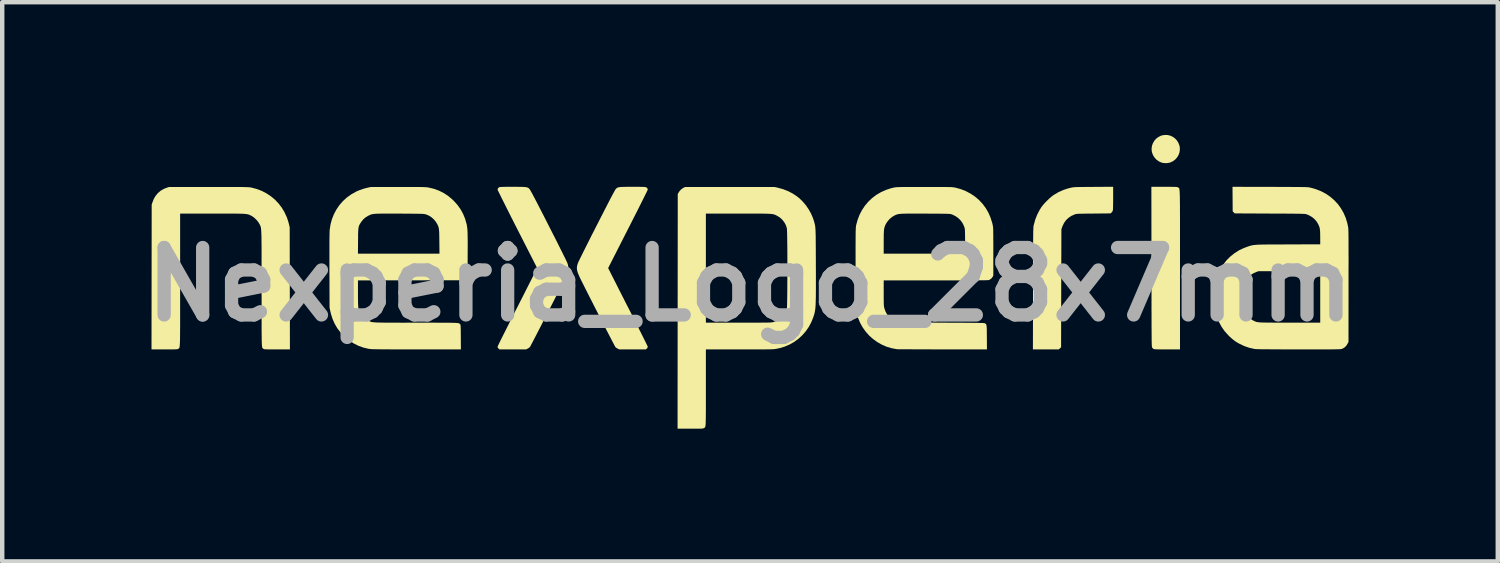
<source format=kicad_pcb>
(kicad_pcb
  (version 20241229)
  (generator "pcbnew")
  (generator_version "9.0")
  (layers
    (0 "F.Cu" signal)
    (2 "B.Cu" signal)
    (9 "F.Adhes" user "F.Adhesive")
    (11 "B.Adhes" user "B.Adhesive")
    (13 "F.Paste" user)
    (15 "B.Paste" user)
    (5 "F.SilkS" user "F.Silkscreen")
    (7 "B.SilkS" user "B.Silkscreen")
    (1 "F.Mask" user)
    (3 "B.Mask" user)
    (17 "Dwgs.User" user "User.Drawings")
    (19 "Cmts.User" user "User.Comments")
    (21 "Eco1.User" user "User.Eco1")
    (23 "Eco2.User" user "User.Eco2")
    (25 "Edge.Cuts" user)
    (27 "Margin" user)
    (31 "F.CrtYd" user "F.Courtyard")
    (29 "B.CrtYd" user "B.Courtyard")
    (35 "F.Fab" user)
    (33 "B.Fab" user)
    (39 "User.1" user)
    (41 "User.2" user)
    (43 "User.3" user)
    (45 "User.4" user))
  (footprint "Nexperia_Logo_28x7mm"
    (layer "F.Cu")
    (at 13.905 3.38)
    (property "Reference" "Nexperia_Logo_28x7mm" (at 0 0 0) (layer "F.Fab") (effects (font (size 1.524 1.524) (thickness 0.3))))
    (attr exclude_from_pos_files exclude_from_bom allow_missing_courtyard)
    (fp_poly (pts (xy 9.444 -3.377) (xy 9.504 -3.362) (xy 9.56 -3.335) (xy 9.609 -3.299) (xy 9.651 -3.254) (xy 9.684 -3.2) (xy 9.707 -3.14) (xy 9.714 -3.109) (xy 9.717 -3.045) (xy 9.708 -2.984) (xy 9.687 -2.925) (xy 9.655 -2.872) (xy 9.614 -2.826) (xy 9.564 -2.787) (xy 9.506 -2.76) (xy 9.479 -2.751) (xy 9.433 -2.743) (xy 9.382 -2.742) (xy 9.333 -2.747) (xy 9.304 -2.755) (xy 9.243 -2.781) (xy 9.19 -2.819) (xy 9.146 -2.866) (xy 9.111 -2.921) (xy 9.088 -2.983) (xy 9.081 -3.015) (xy 9.078 -3.077) (xy 9.088 -3.138) (xy 9.109 -3.196) (xy 9.141 -3.249) (xy 9.182 -3.296) (xy 9.232 -3.333) (xy 9.288 -3.361) (xy 9.316 -3.37) (xy 9.381 -3.38)) (stroke (width 0) (type solid)) (fill yes) (layer "F.SilkS"))
    (fp_poly (pts (xy 9.434 -2.207) (xy 9.493 -2.207) (xy 9.54 -2.206) (xy 9.578 -2.206) (xy 9.607 -2.205) (xy 9.628 -2.204) (xy 9.644 -2.203) (xy 9.656 -2.201) (xy 9.664 -2.198) (xy 9.671 -2.195) (xy 9.675 -2.193) (xy 9.679 -2.19) (xy 9.684 -2.189) (xy 9.688 -2.187) (xy 9.691 -2.185) (xy 9.695 -2.183) (xy 9.698 -2.179) (xy 9.701 -2.174) (xy 9.704 -2.166) (xy 9.706 -2.156) (xy 9.708 -2.142) (xy 9.71 -2.124) (xy 9.712 -2.103) (xy 9.713 -2.076) (xy 9.715 -2.044) (xy 9.716 -2.007) (xy 9.717 -1.963) (xy 9.717 -1.912) (xy 9.718 -1.854) (xy 9.719 -1.788) (xy 9.719 -1.714) (xy 9.719 -1.631) (xy 9.72 -1.539) (xy 9.72 -1.436) (xy 9.72 -1.324) (xy 9.72 -1.201) (xy 9.72 -1.066) (xy 9.72 -0.919) (xy 9.72 -0.76) (xy 9.72 -0.589) (xy 9.72 -0.404) (xy 9.72 -0.331) (xy 9.72 1.469) (xy 9.43 1.469) (xy 9.357 1.468) (xy 9.296 1.468) (xy 9.247 1.468) (xy 9.208 1.467) (xy 9.178 1.466) (xy 9.155 1.465) (xy 9.139 1.463) (xy 9.128 1.461) (xy 9.121 1.458) (xy 9.121 1.458) (xy 9.104 1.444) (xy 9.09 1.426) (xy 9.089 1.425) (xy 9.088 1.422) (xy 9.087 1.418) (xy 9.086 1.412) (xy 9.085 1.404) (xy 9.084 1.394) (xy 9.083 1.38) (xy 9.082 1.362) (xy 9.081 1.34) (xy 9.081 1.314) (xy 9.08 1.282) (xy 9.079 1.244) (xy 9.079 1.2) (xy 9.079 1.15) (xy 9.078 1.092) (xy 9.078 1.026) (xy 9.077 0.952) (xy 9.077 0.869) (xy 9.077 0.777) (xy 9.077 0.675) (xy 9.076 0.562) (xy 9.076 0.439) (xy 9.076 0.304) (xy 9.076 0.157) (xy 9.076 -0.002) (xy 9.075 -0.174) (xy 9.075 -0.359) (xy 9.075 -0.402) (xy 9.073 -2.207) (xy 9.362 -2.207)) (stroke (width 0) (type solid)) (fill yes) (layer "F.SilkS"))
    (fp_poly (pts (xy 8.209 -1.952) (xy 8.209 -1.889) (xy 8.208 -1.831) (xy 8.207 -1.779) (xy 8.206 -1.736) (xy 8.205 -1.702) (xy 8.203 -1.68) (xy 8.202 -1.672) (xy 8.192 -1.651) (xy 8.177 -1.63) (xy 8.173 -1.627) (xy 8.152 -1.606) (xy 7.767 -1.602) (xy 7.684 -1.602) (xy 7.614 -1.601) (xy 7.555 -1.6) (xy 7.506 -1.599) (xy 7.467 -1.599) (xy 7.436 -1.598) (xy 7.411 -1.596) (xy 7.392 -1.595) (xy 7.377 -1.593) (xy 7.364 -1.591) (xy 7.354 -1.588) (xy 7.344 -1.585) (xy 7.337 -1.582) (xy 7.263 -1.549) (xy 7.198 -1.505) (xy 7.142 -1.451) (xy 7.097 -1.387) (xy 7.062 -1.313) (xy 7.058 -1.302) (xy 7.039 -1.248) (xy 7.035 0.087) (xy 7.032 1.421) (xy 7.005 1.445) (xy 6.979 1.469) (xy 6.395 1.469) (xy 6.398 0.093) (xy 6.398 -0.07) (xy 6.398 -0.22) (xy 6.398 -0.357) (xy 6.398 -0.482) (xy 6.399 -0.595) (xy 6.399 -0.698) (xy 6.399 -0.789) (xy 6.4 -0.871) (xy 6.4 -0.944) (xy 6.4 -1.008) (xy 6.401 -1.065) (xy 6.401 -1.113) (xy 6.402 -1.156) (xy 6.402 -1.191) (xy 6.403 -1.222) (xy 6.404 -1.247) (xy 6.405 -1.268) (xy 6.406 -1.285) (xy 6.407 -1.3) (xy 6.408 -1.311) (xy 6.409 -1.321) (xy 6.411 -1.329) (xy 6.412 -1.337) (xy 6.414 -1.345) (xy 6.415 -1.346) (xy 6.449 -1.469) (xy 6.494 -1.582) (xy 6.548 -1.686) (xy 6.589 -1.751) (xy 6.621 -1.792) (xy 6.661 -1.838) (xy 6.707 -1.886) (xy 6.755 -1.932) (xy 6.802 -1.975) (xy 6.847 -2.01) (xy 6.866 -2.023) (xy 6.972 -2.086) (xy 7.084 -2.136) (xy 7.202 -2.174) (xy 7.257 -2.187) (xy 7.272 -2.19) (xy 7.286 -2.193) (xy 7.302 -2.195) (xy 7.32 -2.197) (xy 7.34 -2.199) (xy 7.366 -2.2) (xy 7.397 -2.201) (xy 7.435 -2.202) (xy 7.481 -2.203) (xy 7.537 -2.203) (xy 7.603 -2.204) (xy 7.68 -2.204) (xy 7.768 -2.205) (xy 8.209 -2.208)) (stroke (width 0) (type solid)) (fill yes) (layer "F.SilkS"))
    (fp_poly (pts (xy -5.29 -2.207) (xy -5.225 -2.206) (xy -5.172 -2.206) (xy -5.129 -2.204) (xy -5.094 -2.202) (xy -5.066 -2.199) (xy -5.045 -2.195) (xy -5.028 -2.19) (xy -5.014 -2.183) (xy -5.003 -2.175) (xy -4.992 -2.164) (xy -4.986 -2.159) (xy -4.981 -2.152) (xy -4.972 -2.137) (xy -4.959 -2.116) (xy -4.943 -2.086) (xy -4.922 -2.049) (xy -4.898 -2.003) (xy -4.868 -1.947) (xy -4.835 -1.883) (xy -4.796 -1.808) (xy -4.752 -1.722) (xy -4.702 -1.626) (xy -4.647 -1.518) (xy -4.586 -1.399) (xy -4.554 -1.335) (xy -4.503 -1.235) (xy -4.454 -1.138) (xy -4.406 -1.045) (xy -4.361 -0.955) (xy -4.319 -0.871) (xy -4.28 -0.793) (xy -4.244 -0.722) (xy -4.213 -0.658) (xy -4.185 -0.603) (xy -4.163 -0.557) (xy -4.146 -0.521) (xy -4.134 -0.496) (xy -4.129 -0.483) (xy -4.129 -0.483) (xy -4.117 -0.444) (xy -4.109 -0.408) (xy -4.105 -0.374) (xy -4.107 -0.34) (xy -4.114 -0.303) (xy -4.127 -0.262) (xy -4.145 -0.215) (xy -4.17 -0.16) (xy -4.202 -0.095) (xy -4.203 -0.092) (xy -4.227 -0.045) (xy -4.255 0.011) (xy -4.286 0.074) (xy -4.321 0.143) (xy -4.359 0.218) (xy -4.399 0.297) (xy -4.441 0.379) (xy -4.484 0.464) (xy -4.529 0.551) (xy -4.573 0.638) (xy -4.618 0.725) (xy -4.662 0.811) (xy -4.705 0.895) (xy -4.746 0.975) (xy -4.786 1.052) (xy -4.823 1.124) (xy -4.857 1.19) (xy -4.888 1.249) (xy -4.914 1.3) (xy -4.937 1.343) (xy -4.955 1.377) (xy -4.967 1.399) (xy -4.973 1.411) (xy -4.974 1.412) (xy -4.991 1.428) (xy -5.015 1.445) (xy -5.028 1.452) (xy -5.064 1.469) (xy -5.666 1.469) (xy -5.687 1.447) (xy -5.701 1.431) (xy -5.706 1.416) (xy -5.705 1.403) (xy -5.701 1.394) (xy -5.692 1.373) (xy -5.676 1.341) (xy -5.656 1.299) (xy -5.631 1.248) (xy -5.601 1.188) (xy -5.567 1.12) (xy -5.529 1.045) (xy -5.488 0.963) (xy -5.444 0.876) (xy -5.398 0.784) (xy -5.349 0.689) (xy -5.299 0.589) (xy -5.294 0.579) (xy -5.242 0.479) (xy -5.192 0.38) (xy -5.144 0.286) (xy -5.098 0.195) (xy -5.055 0.109) (xy -5.014 0.029) (xy -4.977 -0.044) (xy -4.944 -0.109) (xy -4.914 -0.167) (xy -4.89 -0.215) (xy -4.871 -0.253) (xy -4.857 -0.28) (xy -4.849 -0.296) (xy -4.849 -0.296) (xy -4.812 -0.37) (xy -5.26 -1.249) (xy -5.313 -1.353) (xy -5.364 -1.454) (xy -5.413 -1.55) (xy -5.459 -1.642) (xy -5.503 -1.729) (xy -5.543 -1.809) (xy -5.58 -1.883) (xy -5.613 -1.949) (xy -5.641 -2.006) (xy -5.665 -2.055) (xy -5.684 -2.093) (xy -5.698 -2.121) (xy -5.705 -2.138) (xy -5.707 -2.143) (xy -5.7 -2.17) (xy -5.681 -2.191) (xy -5.672 -2.196) (xy -5.665 -2.199) (xy -5.654 -2.201) (xy -5.639 -2.203) (xy -5.617 -2.204) (xy -5.588 -2.205) (xy -5.55 -2.206) (xy -5.502 -2.207) (xy -5.443 -2.207) (xy -5.371 -2.207) (xy -5.368 -2.207)) (stroke (width 0) (type solid)) (fill yes) (layer "F.SilkS"))
    (fp_poly (pts (xy -2.579 -2.207) (xy -2.519 -2.207) (xy -2.471 -2.206) (xy -2.433 -2.205) (xy -2.403 -2.204) (xy -2.381 -2.203) (xy -2.366 -2.201) (xy -2.355 -2.199) (xy -2.348 -2.196) (xy -2.347 -2.196) (xy -2.324 -2.178) (xy -2.313 -2.153) (xy -2.312 -2.143) (xy -2.315 -2.135) (xy -2.325 -2.115) (xy -2.339 -2.084) (xy -2.36 -2.043) (xy -2.385 -1.992) (xy -2.414 -1.932) (xy -2.448 -1.865) (xy -2.486 -1.789) (xy -2.527 -1.707) (xy -2.572 -1.619) (xy -2.619 -1.526) (xy -2.669 -1.428) (xy -2.72 -1.326) (xy -2.76 -1.249) (xy -3.207 -0.37) (xy -3.166 -0.289) (xy -3.158 -0.272) (xy -3.144 -0.244) (xy -3.124 -0.205) (xy -3.099 -0.156) (xy -3.07 -0.098) (xy -3.036 -0.032) (xy -2.999 0.042) (xy -2.958 0.123) (xy -2.914 0.209) (xy -2.868 0.3) (xy -2.82 0.395) (xy -2.77 0.493) (xy -2.722 0.586) (xy -2.672 0.685) (xy -2.623 0.781) (xy -2.577 0.873) (xy -2.533 0.96) (xy -2.492 1.042) (xy -2.454 1.117) (xy -2.42 1.185) (xy -2.39 1.246) (xy -2.364 1.297) (xy -2.344 1.34) (xy -2.328 1.372) (xy -2.318 1.393) (xy -2.314 1.403) (xy -2.314 1.403) (xy -2.314 1.42) (xy -2.321 1.435) (xy -2.332 1.447) (xy -2.353 1.469) (xy -2.654 1.469) (xy -2.955 1.469) (xy -2.991 1.452) (xy -3.015 1.438) (xy -3.037 1.421) (xy -3.045 1.412) (xy -3.051 1.403) (xy -3.062 1.382) (xy -3.078 1.351) (xy -3.1 1.31) (xy -3.126 1.26) (xy -3.156 1.202) (xy -3.189 1.138) (xy -3.226 1.067) (xy -3.265 0.991) (xy -3.306 0.911) (xy -3.348 0.828) (xy -3.392 0.743) (xy -3.437 0.656) (xy -3.481 0.569) (xy -3.526 0.482) (xy -3.569 0.396) (xy -3.612 0.313) (xy -3.652 0.234) (xy -3.69 0.158) (xy -3.726 0.088) (xy -3.758 0.023) (xy -3.787 -0.034) (xy -3.812 -0.084) (xy -3.816 -0.092) (xy -3.848 -0.158) (xy -3.873 -0.214) (xy -3.892 -0.261) (xy -3.905 -0.302) (xy -3.912 -0.339) (xy -3.914 -0.373) (xy -3.911 -0.407) (xy -3.903 -0.443) (xy -3.891 -0.481) (xy -3.891 -0.483) (xy -3.885 -0.496) (xy -3.874 -0.521) (xy -3.857 -0.556) (xy -3.834 -0.602) (xy -3.807 -0.657) (xy -3.776 -0.72) (xy -3.74 -0.792) (xy -3.701 -0.869) (xy -3.659 -0.953) (xy -3.614 -1.043) (xy -3.567 -1.136) (xy -3.517 -1.233) (xy -3.467 -1.333) (xy -3.465 -1.335) (xy -3.401 -1.461) (xy -3.343 -1.574) (xy -3.291 -1.676) (xy -3.244 -1.767) (xy -3.203 -1.847) (xy -3.167 -1.917) (xy -3.135 -1.977) (xy -3.109 -2.027) (xy -3.086 -2.069) (xy -3.068 -2.102) (xy -3.053 -2.128) (xy -3.043 -2.146) (xy -3.035 -2.156) (xy -3.033 -2.159) (xy -3.021 -2.17) (xy -3.01 -2.18) (xy -2.997 -2.187) (xy -2.982 -2.193) (xy -2.963 -2.198) (xy -2.938 -2.201) (xy -2.907 -2.204) (xy -2.867 -2.205) (xy -2.818 -2.206) (xy -2.759 -2.207) (xy -2.687 -2.207) (xy -2.652 -2.207)) (stroke (width 0) (type solid)) (fill yes) (layer "F.SilkS"))
    (fp_poly (pts (xy -12.105 -2.203) (xy -11.987 -2.203) (xy -11.882 -2.203) (xy -11.788 -2.203) (xy -11.705 -2.203) (xy -11.633 -2.203) (xy -11.57 -2.202) (xy -11.515 -2.202) (xy -11.469 -2.202) (xy -11.429 -2.201) (xy -11.397 -2.2) (xy -11.369 -2.199) (xy -11.347 -2.198) (xy -11.328 -2.197) (xy -11.313 -2.196) (xy -11.3 -2.194) (xy -11.289 -2.193) (xy -11.279 -2.191) (xy -11.277 -2.191) (xy -11.156 -2.159) (xy -11.041 -2.116) (xy -10.933 -2.06) (xy -10.833 -1.994) (xy -10.741 -1.918) (xy -10.659 -1.832) (xy -10.586 -1.737) (xy -10.524 -1.633) (xy -10.473 -1.522) (xy -10.459 -1.483) (xy -10.444 -1.439) (xy -10.431 -1.394) (xy -10.425 -1.371) (xy -10.406 -1.29) (xy -10.404 0.09) (xy -10.401 1.469) (xy -10.692 1.469) (xy -10.764 1.469) (xy -10.823 1.469) (xy -10.87 1.469) (xy -10.908 1.468) (xy -10.937 1.467) (xy -10.958 1.466) (xy -10.974 1.465) (xy -10.984 1.463) (xy -10.992 1.46) (xy -10.998 1.457) (xy -11.002 1.454) (xy -11.007 1.451) (xy -11.011 1.448) (xy -11.015 1.445) (xy -11.019 1.442) (xy -11.022 1.437) (xy -11.025 1.431) (xy -11.028 1.422) (xy -11.03 1.411) (xy -11.032 1.395) (xy -11.034 1.376) (xy -11.035 1.352) (xy -11.037 1.322) (xy -11.038 1.287) (xy -11.039 1.244) (xy -11.039 1.195) (xy -11.04 1.138) (xy -11.041 1.073) (xy -11.041 0.998) (xy -11.041 0.914) (xy -11.041 0.82) (xy -11.041 0.715) (xy -11.041 0.599) (xy -11.041 0.471) (xy -11.041 0.33) (xy -11.041 0.176) (xy -11.041 0.093) (xy -11.041 -0.069) (xy -11.041 -0.218) (xy -11.041 -0.354) (xy -11.042 -0.478) (xy -11.042 -0.59) (xy -11.042 -0.691) (xy -11.042 -0.782) (xy -11.042 -0.864) (xy -11.043 -0.936) (xy -11.044 -0.999) (xy -11.044 -1.055) (xy -11.045 -1.104) (xy -11.047 -1.145) (xy -11.048 -1.181) (xy -11.05 -1.212) (xy -11.052 -1.237) (xy -11.054 -1.259) (xy -11.056 -1.277) (xy -11.059 -1.292) (xy -11.062 -1.305) (xy -11.066 -1.316) (xy -11.07 -1.326) (xy -11.074 -1.335) (xy -11.079 -1.345) (xy -11.084 -1.355) (xy -11.088 -1.362) (xy -11.118 -1.412) (xy -11.158 -1.461) (xy -11.205 -1.506) (xy -11.255 -1.542) (xy -11.28 -1.556) (xy -11.295 -1.563) (xy -11.308 -1.569) (xy -11.321 -1.575) (xy -11.335 -1.58) (xy -11.35 -1.584) (xy -11.367 -1.588) (xy -11.387 -1.591) (xy -11.411 -1.594) (xy -11.44 -1.596) (xy -11.474 -1.598) (xy -11.515 -1.599) (xy -11.563 -1.6) (xy -11.619 -1.601) (xy -11.685 -1.602) (xy -11.76 -1.602) (xy -11.846 -1.602) (xy -11.944 -1.602) (xy -12.054 -1.602) (xy -12.157 -1.602) (xy -12.883 -1.602) (xy -12.883 -0.105) (xy -12.883 0.068) (xy -12.883 0.227) (xy -12.883 0.374) (xy -12.883 0.508) (xy -12.883 0.63) (xy -12.883 0.741) (xy -12.883 0.841) (xy -12.883 0.932) (xy -12.884 1.012) (xy -12.884 1.084) (xy -12.885 1.146) (xy -12.885 1.202) (xy -12.886 1.249) (xy -12.887 1.29) (xy -12.888 1.325) (xy -12.89 1.353) (xy -12.891 1.377) (xy -12.893 1.396) (xy -12.895 1.411) (xy -12.898 1.423) (xy -12.9 1.431) (xy -12.903 1.438) (xy -12.906 1.442) (xy -12.91 1.445) (xy -12.913 1.448) (xy -12.918 1.45) (xy -12.922 1.453) (xy -12.923 1.454) (xy -12.929 1.458) (xy -12.935 1.461) (xy -12.943 1.463) (xy -12.954 1.465) (xy -12.97 1.466) (xy -12.992 1.467) (xy -13.021 1.468) (xy -13.059 1.469) (xy -13.107 1.469) (xy -13.166 1.469) (xy -13.237 1.469) (xy -13.53 1.469) (xy -13.528 -0.167) (xy -13.526 -1.803) (xy -13.509 -1.855) (xy -13.478 -1.934) (xy -13.436 -2.005) (xy -13.385 -2.066) (xy -13.324 -2.118) (xy -13.254 -2.159) (xy -13.194 -2.183) (xy -13.132 -2.203) (xy -12.236 -2.203)) (stroke (width 0) (type solid)) (fill yes) (layer "F.SilkS"))
    (fp_poly (pts (xy 0.622 -2.188) (xy 0.745 -2.154) (xy 0.859 -2.11) (xy 0.965 -2.055) (xy 1.065 -1.988) (xy 1.119 -1.944) (xy 1.194 -1.871) (xy 1.264 -1.788) (xy 1.326 -1.697) (xy 1.38 -1.601) (xy 1.422 -1.502) (xy 1.444 -1.437) (xy 1.45 -1.416) (xy 1.455 -1.396) (xy 1.46 -1.378) (xy 1.465 -1.36) (xy 1.468 -1.342) (xy 1.472 -1.323) (xy 1.475 -1.301) (xy 1.477 -1.277) (xy 1.479 -1.248) (xy 1.481 -1.215) (xy 1.482 -1.176) (xy 1.484 -1.131) (xy 1.485 -1.079) (xy 1.485 -1.019) (xy 1.486 -0.95) (xy 1.486 -0.871) (xy 1.487 -0.781) (xy 1.487 -0.68) (xy 1.488 -0.566) (xy 1.488 -0.44) (xy 1.488 -0.436) (xy 1.489 -0.297) (xy 1.489 -0.172) (xy 1.489 -0.06) (xy 1.489 0.041) (xy 1.489 0.132) (xy 1.488 0.212) (xy 1.488 0.283) (xy 1.486 0.345) (xy 1.485 0.401) (xy 1.483 0.449) (xy 1.481 0.491) (xy 1.478 0.529) (xy 1.474 0.562) (xy 1.47 0.591) (xy 1.465 0.618) (xy 1.46 0.643) (xy 1.454 0.667) (xy 1.447 0.69) (xy 1.439 0.715) (xy 1.431 0.74) (xy 1.429 0.745) (xy 1.384 0.857) (xy 1.327 0.962) (xy 1.259 1.06) (xy 1.181 1.149) (xy 1.095 1.228) (xy 1 1.298) (xy 0.897 1.357) (xy 0.788 1.404) (xy 0.674 1.439) (xy 0.598 1.455) (xy 0.585 1.457) (xy 0.572 1.459) (xy 0.557 1.461) (xy 0.541 1.463) (xy 0.522 1.464) (xy 0.499 1.465) (xy 0.472 1.466) (xy 0.439 1.467) (xy 0.4 1.467) (xy 0.354 1.468) (xy 0.3 1.468) (xy 0.237 1.468) (xy 0.164 1.469) (xy 0.08 1.469) (xy -0.014 1.469) (xy -0.122 1.469) (xy -0.24 1.469) (xy -0.998 1.469) (xy -0.998 2.33) (xy -0.998 2.46) (xy -0.998 2.577) (xy -0.998 2.682) (xy -0.998 2.774) (xy -0.998 2.856) (xy -0.999 2.927) (xy -0.999 2.988) (xy -1 3.04) (xy -1.001 3.085) (xy -1.002 3.122) (xy -1.003 3.152) (xy -1.005 3.176) (xy -1.007 3.195) (xy -1.01 3.21) (xy -1.013 3.221) (xy -1.017 3.228) (xy -1.021 3.234) (xy -1.026 3.238) (xy -1.031 3.241) (xy -1.037 3.244) (xy -1.042 3.247) (xy -1.048 3.251) (xy -1.056 3.254) (xy -1.065 3.256) (xy -1.079 3.258) (xy -1.098 3.259) (xy -1.123 3.26) (xy -1.156 3.26) (xy -1.199 3.261) (xy -1.252 3.261) (xy -1.318 3.261) (xy -1.351 3.261) (xy -1.638 3.261) (xy -1.636 0.61) (xy -1.634 -1.602) (xy -0.998 -1.602) (xy -0.998 0.864) (xy -0.262 0.864) (xy -0.141 0.864) (xy -0.035 0.864) (xy 0.06 0.864) (xy 0.142 0.864) (xy 0.214 0.864) (xy 0.276 0.863) (xy 0.329 0.863) (xy 0.373 0.862) (xy 0.41 0.862) (xy 0.44 0.861) (xy 0.464 0.86) (xy 0.483 0.858) (xy 0.497 0.857) (xy 0.509 0.856) (xy 0.517 0.854) (xy 0.517 0.854) (xy 0.588 0.829) (xy 0.653 0.792) (xy 0.712 0.744) (xy 0.761 0.688) (xy 0.801 0.624) (xy 0.828 0.554) (xy 0.833 0.538) (xy 0.835 0.524) (xy 0.836 0.497) (xy 0.838 0.458) (xy 0.839 0.408) (xy 0.84 0.349) (xy 0.841 0.281) (xy 0.842 0.205) (xy 0.843 0.122) (xy 0.843 0.034) (xy 0.844 -0.058) (xy 0.844 -0.154) (xy 0.845 -0.252) (xy 0.845 -0.351) (xy 0.845 -0.451) (xy 0.844 -0.549) (xy 0.844 -0.646) (xy 0.844 -0.74) (xy 0.843 -0.829) (xy 0.842 -0.913) (xy 0.841 -0.991) (xy 0.84 -1.062) (xy 0.839 -1.124) (xy 0.838 -1.177) (xy 0.836 -1.219) (xy 0.835 -1.25) (xy 0.833 -1.268) (xy 0.833 -1.271) (xy 0.809 -1.343) (xy 0.773 -1.408) (xy 0.726 -1.467) (xy 0.669 -1.517) (xy 0.604 -1.556) (xy 0.601 -1.558) (xy 0.586 -1.565) (xy 0.573 -1.571) (xy 0.56 -1.576) (xy 0.547 -1.581) (xy 0.532 -1.585) (xy 0.515 -1.589) (xy 0.495 -1.592) (xy 0.47 -1.594) (xy 0.441 -1.596) (xy 0.407 -1.598) (xy 0.365 -1.599) (xy 0.316 -1.6) (xy 0.259 -1.601) (xy 0.193 -1.602) (xy 0.117 -1.602) (xy 0.03 -1.602) (xy -0.068 -1.602) (xy -0.179 -1.602) (xy -0.272 -1.602) (xy -0.998 -1.602) (xy -1.634 -1.602) (xy -1.634 -2.042) (xy -1.615 -2.077) (xy -1.589 -2.115) (xy -1.554 -2.151) (xy -1.515 -2.179) (xy -1.498 -2.188) (xy -1.465 -2.203) (xy 0.552 -2.203)) (stroke (width 0) (type solid)) (fill yes) (layer "F.SilkS"))
    (fp_poly (pts (xy 11.756 -2.205) (xy 11.883 -2.205) (xy 11.997 -2.204) (xy 12.098 -2.204) (xy 12.188 -2.204) (xy 12.266 -2.203) (xy 12.335 -2.203) (xy 12.394 -2.203) (xy 12.445 -2.202) (xy 12.488 -2.201) (xy 12.524 -2.201) (xy 12.555 -2.2) (xy 12.58 -2.199) (xy 12.6 -2.198) (xy 12.617 -2.197) (xy 12.631 -2.195) (xy 12.642 -2.193) (xy 12.653 -2.192) (xy 12.663 -2.189) (xy 12.673 -2.187) (xy 12.796 -2.152) (xy 12.912 -2.106) (xy 13.019 -2.049) (xy 13.118 -1.981) (xy 13.208 -1.903) (xy 13.288 -1.817) (xy 13.358 -1.721) (xy 13.417 -1.618) (xy 13.466 -1.506) (xy 13.502 -1.388) (xy 13.52 -1.3) (xy 13.522 -1.291) (xy 13.523 -1.28) (xy 13.524 -1.267) (xy 13.525 -1.25) (xy 13.526 -1.231) (xy 13.527 -1.207) (xy 13.528 -1.178) (xy 13.528 -1.144) (xy 13.529 -1.104) (xy 13.529 -1.057) (xy 13.53 -1.002) (xy 13.53 -0.94) (xy 13.53 -0.869) (xy 13.53 -0.789) (xy 13.53 -0.7) (xy 13.531 -0.599) (xy 13.531 -0.488) (xy 13.53 -0.365) (xy 13.53 -0.229) (xy 13.53 -0.081) (xy 13.53 0.032) (xy 13.529 1.297) (xy 13.508 1.34) (xy 13.478 1.387) (xy 13.439 1.425) (xy 13.392 1.452) (xy 13.384 1.455) (xy 13.379 1.457) (xy 13.373 1.458) (xy 13.366 1.46) (xy 13.357 1.462) (xy 13.345 1.463) (xy 13.331 1.464) (xy 13.312 1.465) (xy 13.289 1.466) (xy 13.26 1.466) (xy 13.226 1.467) (xy 13.184 1.467) (xy 13.134 1.468) (xy 13.077 1.468) (xy 13.01 1.468) (xy 12.933 1.468) (xy 12.846 1.468) (xy 12.748 1.468) (xy 12.637 1.468) (xy 12.514 1.468) (xy 12.403 1.468) (xy 12.26 1.468) (xy 12.131 1.468) (xy 12.014 1.468) (xy 11.91 1.467) (xy 11.818 1.467) (xy 11.736 1.466) (xy 11.665 1.466) (xy 11.604 1.465) (xy 11.553 1.465) (xy 11.51 1.464) (xy 11.475 1.463) (xy 11.447 1.462) (xy 11.426 1.461) (xy 11.412 1.459) (xy 11.407 1.459) (xy 11.289 1.433) (xy 11.178 1.395) (xy 11.071 1.345) (xy 11.052 1.335) (xy 10.997 1.303) (xy 10.947 1.269) (xy 10.899 1.23) (xy 10.848 1.185) (xy 10.813 1.15) (xy 10.731 1.059) (xy 10.662 0.962) (xy 10.606 0.858) (xy 10.561 0.748) (xy 10.529 0.63) (xy 10.509 0.505) (xy 10.506 0.478) (xy 10.503 0.437) (xy 10.502 0.392) (xy 11.148 0.392) (xy 11.148 0.439) (xy 11.15 0.477) (xy 11.153 0.509) (xy 11.157 0.536) (xy 11.163 0.56) (xy 11.171 0.582) (xy 11.181 0.606) (xy 11.193 0.632) (xy 11.194 0.632) (xy 11.225 0.684) (xy 11.267 0.733) (xy 11.315 0.777) (xy 11.366 0.811) (xy 11.379 0.818) (xy 11.394 0.825) (xy 11.407 0.831) (xy 11.42 0.837) (xy 11.433 0.842) (xy 11.447 0.847) (xy 11.463 0.85) (xy 11.482 0.853) (xy 11.505 0.856) (xy 11.532 0.858) (xy 11.565 0.86) (xy 11.605 0.861) (xy 11.651 0.862) (xy 11.706 0.863) (xy 11.771 0.863) (xy 11.845 0.864) (xy 11.93 0.864) (xy 12.027 0.864) (xy 12.137 0.864) (xy 12.199 0.864) (xy 12.89 0.864) (xy 12.89 -0.303) (xy 11.495 -0.299) (xy 11.449 -0.283) (xy 11.376 -0.251) (xy 11.31 -0.208) (xy 11.254 -0.154) (xy 11.207 -0.092) (xy 11.172 -0.021) (xy 11.167 -0.007) (xy 11.162 0.006) (xy 11.159 0.019) (xy 11.156 0.033) (xy 11.153 0.05) (xy 11.152 0.072) (xy 11.151 0.1) (xy 11.15 0.136) (xy 11.149 0.183) (xy 11.148 0.241) (xy 11.148 0.265) (xy 11.148 0.335) (xy 11.148 0.392) (xy 10.502 0.392) (xy 10.502 0.387) (xy 10.501 0.331) (xy 10.501 0.27) (xy 10.503 0.209) (xy 10.504 0.149) (xy 10.507 0.093) (xy 10.511 0.045) (xy 10.515 0.006) (xy 10.517 -0.011) (xy 10.546 -0.132) (xy 10.587 -0.248) (xy 10.639 -0.357) (xy 10.703 -0.457) (xy 10.776 -0.55) (xy 10.86 -0.633) (xy 10.953 -0.707) (xy 11.054 -0.771) (xy 11.163 -0.823) (xy 11.236 -0.85) (xy 11.26 -0.858) (xy 11.282 -0.866) (xy 11.302 -0.872) (xy 11.322 -0.878) (xy 11.342 -0.882) (xy 11.363 -0.887) (xy 11.386 -0.89) (xy 11.412 -0.893) (xy 11.443 -0.896) (xy 11.478 -0.898) (xy 11.518 -0.9) (xy 11.566 -0.901) (xy 11.621 -0.902) (xy 11.684 -0.903) (xy 11.757 -0.903) (xy 11.841 -0.904) (xy 11.935 -0.904) (xy 12.042 -0.904) (xy 12.162 -0.905) (xy 12.168 -0.905) (xy 12.89 -0.907) (xy 12.89 -1.067) (xy 12.889 -1.128) (xy 12.888 -1.177) (xy 12.886 -1.217) (xy 12.882 -1.25) (xy 12.877 -1.278) (xy 12.869 -1.305) (xy 12.858 -1.331) (xy 12.848 -1.355) (xy 12.81 -1.42) (xy 12.76 -1.478) (xy 12.701 -1.526) (xy 12.632 -1.565) (xy 12.581 -1.586) (xy 12.574 -1.588) (xy 12.566 -1.59) (xy 12.557 -1.591) (xy 12.545 -1.593) (xy 12.529 -1.594) (xy 12.51 -1.595) (xy 12.485 -1.596) (xy 12.454 -1.597) (xy 12.417 -1.598) (xy 12.372 -1.598) (xy 12.319 -1.599) (xy 12.257 -1.6) (xy 12.186 -1.6) (xy 12.103 -1.601) (xy 12.009 -1.601) (xy 11.903 -1.602) (xy 11.784 -1.602) (xy 11.75 -1.602) (xy 10.957 -1.606) (xy 10.934 -1.629) (xy 10.911 -1.652) (xy 10.907 -2.207)) (stroke (width 0) (type solid)) (fill yes) (layer "F.SilkS"))
    (fp_poly (pts (xy -7.844 -2.203) (xy -7.749 -2.203) (xy -7.666 -2.203) (xy -7.594 -2.203) (xy -7.533 -2.203) (xy -7.48 -2.202) (xy -7.436 -2.202) (xy -7.399 -2.201) (xy -7.368 -2.2) (xy -7.343 -2.199) (xy -7.322 -2.198) (xy -7.305 -2.196) (xy -7.29 -2.194) (xy -7.276 -2.192) (xy -7.264 -2.19) (xy -7.143 -2.161) (xy -7.029 -2.119) (xy -6.922 -2.065) (xy -6.821 -1.998) (xy -6.727 -1.919) (xy -6.698 -1.891) (xy -6.615 -1.799) (xy -6.544 -1.7) (xy -6.487 -1.596) (xy -6.441 -1.485) (xy -6.41 -1.376) (xy -6.404 -1.352) (xy -6.4 -1.327) (xy -6.396 -1.3) (xy -6.392 -1.272) (xy -6.389 -1.239) (xy -6.387 -1.203) (xy -6.385 -1.16) (xy -6.384 -1.11) (xy -6.383 -1.053) (xy -6.382 -0.986) (xy -6.382 -0.908) (xy -6.382 -0.82) (xy -6.383 -0.718) (xy -6.383 -0.689) (xy -6.385 -0.214) (xy -6.405 -0.174) (xy -6.421 -0.146) (xy -6.439 -0.127) (xy -6.458 -0.114) (xy -6.491 -0.095) (xy -8.863 -0.091) (xy -8.863 0.205) (xy -8.863 0.283) (xy -8.862 0.348) (xy -8.862 0.403) (xy -8.86 0.448) (xy -8.858 0.485) (xy -8.856 0.515) (xy -8.852 0.541) (xy -8.847 0.562) (xy -8.84 0.582) (xy -8.832 0.601) (xy -8.822 0.622) (xy -8.815 0.636) (xy -8.784 0.684) (xy -8.744 0.731) (xy -8.698 0.774) (xy -8.65 0.807) (xy -8.631 0.818) (xy -8.617 0.824) (xy -8.606 0.83) (xy -8.595 0.835) (xy -8.583 0.84) (xy -8.571 0.844) (xy -8.558 0.848) (xy -8.542 0.851) (xy -8.523 0.854) (xy -8.5 0.856) (xy -8.473 0.858) (xy -8.44 0.86) (xy -8.402 0.861) (xy -8.357 0.862) (xy -8.304 0.863) (xy -8.242 0.864) (xy -8.172 0.864) (xy -8.092 0.864) (xy -8.002 0.864) (xy -7.9 0.865) (xy -7.787 0.865) (xy -7.66 0.864) (xy -7.554 0.864) (xy -7.418 0.864) (xy -7.295 0.864) (xy -7.185 0.864) (xy -7.087 0.865) (xy -7 0.865) (xy -6.923 0.865) (xy -6.857 0.865) (xy -6.799 0.866) (xy -6.75 0.867) (xy -6.709 0.868) (xy -6.674 0.869) (xy -6.646 0.87) (xy -6.623 0.872) (xy -6.605 0.874) (xy -6.591 0.876) (xy -6.581 0.879) (xy -6.573 0.882) (xy -6.567 0.885) (xy -6.563 0.889) (xy -6.559 0.894) (xy -6.555 0.898) (xy -6.554 0.899) (xy -6.55 0.904) (xy -6.547 0.91) (xy -6.545 0.918) (xy -6.543 0.93) (xy -6.542 0.948) (xy -6.541 0.972) (xy -6.54 1.004) (xy -6.539 1.046) (xy -6.539 1.098) (xy -6.538 1.163) (xy -6.538 1.192) (xy -6.536 1.469) (xy -7.543 1.468) (xy -7.682 1.468) (xy -7.808 1.468) (xy -7.921 1.468) (xy -8.023 1.468) (xy -8.113 1.468) (xy -8.193 1.467) (xy -8.263 1.467) (xy -8.325 1.467) (xy -8.378 1.466) (xy -8.424 1.466) (xy -8.462 1.465) (xy -8.495 1.464) (xy -8.523 1.464) (xy -8.546 1.463) (xy -8.565 1.462) (xy -8.581 1.46) (xy -8.595 1.459) (xy -8.607 1.457) (xy -8.619 1.456) (xy -8.627 1.454) (xy -8.742 1.427) (xy -8.854 1.386) (xy -8.96 1.333) (xy -9.061 1.268) (xy -9.155 1.192) (xy -9.174 1.174) (xy -9.257 1.086) (xy -9.329 0.992) (xy -9.388 0.891) (xy -9.436 0.784) (xy -9.473 0.668) (xy -9.489 0.6) (xy -9.505 0.524) (xy -9.508 -0.316) (xy -9.508 -0.461) (xy -9.508 -0.591) (xy -9.508 -0.696) (xy -8.863 -0.696) (xy -7.02 -0.696) (xy -7.023 -0.968) (xy -7.024 -1.043) (xy -7.025 -1.105) (xy -7.026 -1.156) (xy -7.028 -1.198) (xy -7.031 -1.232) (xy -7.034 -1.261) (xy -7.039 -1.285) (xy -7.045 -1.306) (xy -7.052 -1.325) (xy -7.062 -1.346) (xy -7.073 -1.368) (xy -7.075 -1.371) (xy -7.11 -1.427) (xy -7.155 -1.478) (xy -7.206 -1.522) (xy -7.261 -1.556) (xy -7.278 -1.564) (xy -7.293 -1.57) (xy -7.305 -1.575) (xy -7.318 -1.58) (xy -7.33 -1.584) (xy -7.344 -1.588) (xy -7.361 -1.59) (xy -7.381 -1.593) (xy -7.405 -1.595) (xy -7.435 -1.596) (xy -7.471 -1.597) (xy -7.515 -1.598) (xy -7.568 -1.599) (xy -7.63 -1.599) (xy -7.703 -1.6) (xy -7.788 -1.6) (xy -7.885 -1.601) (xy -7.921 -1.601) (xy -8.027 -1.601) (xy -8.12 -1.601) (xy -8.201 -1.602) (xy -8.272 -1.602) (xy -8.332 -1.601) (xy -8.383 -1.6) (xy -8.426 -1.599) (xy -8.462 -1.597) (xy -8.492 -1.595) (xy -8.518 -1.592) (xy -8.539 -1.588) (xy -8.557 -1.584) (xy -8.574 -1.579) (xy -8.589 -1.572) (xy -8.605 -1.565) (xy -8.622 -1.557) (xy -8.629 -1.553) (xy -8.691 -1.516) (xy -8.743 -1.471) (xy -8.788 -1.415) (xy -8.791 -1.41) (xy -8.807 -1.386) (xy -8.82 -1.365) (xy -8.83 -1.346) (xy -8.839 -1.326) (xy -8.846 -1.304) (xy -8.851 -1.279) (xy -8.854 -1.249) (xy -8.857 -1.213) (xy -8.859 -1.168) (xy -8.86 -1.114) (xy -8.86 -1.048) (xy -8.861 -0.982) (xy -8.863 -0.696) (xy -9.508 -0.696) (xy -9.508 -0.709) (xy -9.508 -0.814) (xy -9.508 -0.906) (xy -9.508 -0.986) (xy -9.507 -1.055) (xy -9.506 -1.112) (xy -9.505 -1.159) (xy -9.504 -1.196) (xy -9.503 -1.222) (xy -9.502 -1.236) (xy -9.483 -1.358) (xy -9.451 -1.476) (xy -9.407 -1.587) (xy -9.351 -1.693) (xy -9.284 -1.791) (xy -9.206 -1.881) (xy -9.118 -1.962) (xy -9.02 -2.033) (xy -8.913 -2.094) (xy -8.913 -2.095) (xy -8.82 -2.135) (xy -8.72 -2.168) (xy -8.645 -2.187) (xy -8.571 -2.203) (xy -7.952 -2.203)) (stroke (width 0) (type solid)) (fill yes) (layer "F.SilkS"))
    (fp_poly (pts (xy 4.054 -2.203) (xy 4.149 -2.203) (xy 4.232 -2.203) (xy 4.304 -2.203) (xy 4.365 -2.203) (xy 4.417 -2.203) (xy 4.461 -2.202) (xy 4.497 -2.201) (xy 4.527 -2.201) (xy 4.552 -2.2) (xy 4.572 -2.198) (xy 4.589 -2.197) (xy 4.603 -2.195) (xy 4.616 -2.193) (xy 4.628 -2.191) (xy 4.64 -2.188) (xy 4.643 -2.188) (xy 4.766 -2.154) (xy 4.882 -2.108) (xy 4.989 -2.051) (xy 5.088 -1.984) (xy 5.178 -1.907) (xy 5.259 -1.82) (xy 5.33 -1.724) (xy 5.39 -1.62) (xy 5.438 -1.507) (xy 5.476 -1.388) (xy 5.483 -1.356) (xy 5.486 -1.342) (xy 5.489 -1.329) (xy 5.491 -1.316) (xy 5.493 -1.302) (xy 5.495 -1.285) (xy 5.496 -1.265) (xy 5.497 -1.241) (xy 5.498 -1.211) (xy 5.498 -1.175) (xy 5.499 -1.131) (xy 5.499 -1.078) (xy 5.499 -1.016) (xy 5.5 -0.943) (xy 5.5 -0.859) (xy 5.5 -0.761) (xy 5.5 -0.2) (xy 5.484 -0.171) (xy 5.458 -0.136) (xy 5.422 -0.11) (xy 5.398 -0.099) (xy 5.391 -0.098) (xy 5.375 -0.097) (xy 5.35 -0.096) (xy 5.317 -0.095) (xy 5.273 -0.095) (xy 5.22 -0.094) (xy 5.156 -0.093) (xy 5.082 -0.093) (xy 4.996 -0.093) (xy 4.899 -0.092) (xy 4.79 -0.092) (xy 4.669 -0.092) (xy 4.534 -0.092) (xy 4.387 -0.091) (xy 4.226 -0.091) (xy 4.198 -0.091) (xy 3.022 -0.091) (xy 3.022 0.196) (xy 3.022 0.268) (xy 3.022 0.328) (xy 3.023 0.376) (xy 3.023 0.416) (xy 3.024 0.447) (xy 3.026 0.472) (xy 3.027 0.492) (xy 3.03 0.508) (xy 3.033 0.523) (xy 3.036 0.536) (xy 3.062 0.611) (xy 3.099 0.678) (xy 3.147 0.737) (xy 3.205 0.786) (xy 3.271 0.825) (xy 3.31 0.842) (xy 3.363 0.861) (xy 4.329 0.864) (xy 4.466 0.865) (xy 4.589 0.865) (xy 4.7 0.866) (xy 4.798 0.866) (xy 4.886 0.867) (xy 4.962 0.867) (xy 5.029 0.868) (xy 5.087 0.868) (xy 5.136 0.869) (xy 5.177 0.87) (xy 5.211 0.871) (xy 5.239 0.871) (xy 5.261 0.872) (xy 5.279 0.873) (xy 5.291 0.875) (xy 5.301 0.876) (xy 5.307 0.877) (xy 5.311 0.879) (xy 5.312 0.88) (xy 5.322 0.887) (xy 5.33 0.893) (xy 5.336 0.901) (xy 5.342 0.911) (xy 5.345 0.926) (xy 5.348 0.945) (xy 5.35 0.971) (xy 5.352 1.005) (xy 5.353 1.049) (xy 5.353 1.103) (xy 5.354 1.169) (xy 5.354 1.197) (xy 5.356 1.469) (xy 4.349 1.468) (xy 4.231 1.468) (xy 4.116 1.468) (xy 4.006 1.467) (xy 3.901 1.467) (xy 3.803 1.467) (xy 3.711 1.467) (xy 3.627 1.466) (xy 3.551 1.466) (xy 3.485 1.466) (xy 3.428 1.465) (xy 3.383 1.465) (xy 3.349 1.465) (xy 3.328 1.464) (xy 3.321 1.464) (xy 3.202 1.442) (xy 3.088 1.408) (xy 2.979 1.361) (xy 2.877 1.303) (xy 2.781 1.234) (xy 2.694 1.156) (xy 2.616 1.068) (xy 2.547 0.972) (xy 2.489 0.868) (xy 2.443 0.757) (xy 2.435 0.735) (xy 2.428 0.714) (xy 2.422 0.696) (xy 2.417 0.678) (xy 2.412 0.661) (xy 2.407 0.644) (xy 2.403 0.626) (xy 2.4 0.606) (xy 2.397 0.583) (xy 2.394 0.557) (xy 2.392 0.527) (xy 2.391 0.492) (xy 2.389 0.451) (xy 2.388 0.404) (xy 2.387 0.349) (xy 2.387 0.286) (xy 2.386 0.214) (xy 2.386 0.132) (xy 2.386 0.04) (xy 2.386 -0.063) (xy 2.386 -0.179) (xy 2.386 -0.308) (xy 2.386 -0.369) (xy 2.386 -0.501) (xy 2.386 -0.619) (xy 2.386 -0.696) (xy 3.022 -0.696) (xy 4.864 -0.696) (xy 4.862 -0.975) (xy 4.861 -1.046) (xy 4.861 -1.103) (xy 4.86 -1.15) (xy 4.859 -1.188) (xy 4.858 -1.217) (xy 4.857 -1.24) (xy 4.855 -1.257) (xy 4.852 -1.272) (xy 4.849 -1.284) (xy 4.846 -1.296) (xy 4.844 -1.3) (xy 4.813 -1.371) (xy 4.77 -1.436) (xy 4.717 -1.492) (xy 4.655 -1.538) (xy 4.586 -1.574) (xy 4.561 -1.583) (xy 4.553 -1.586) (xy 4.544 -1.589) (xy 4.535 -1.591) (xy 4.524 -1.593) (xy 4.509 -1.594) (xy 4.491 -1.595) (xy 4.468 -1.597) (xy 4.439 -1.597) (xy 4.404 -1.598) (xy 4.36 -1.599) (xy 4.307 -1.599) (xy 4.245 -1.6) (xy 4.172 -1.6) (xy 4.087 -1.6) (xy 3.989 -1.601) (xy 3.966 -1.601) (xy 3.86 -1.601) (xy 3.767 -1.602) (xy 3.685 -1.602) (xy 3.615 -1.602) (xy 3.555 -1.601) (xy 3.504 -1.6) (xy 3.461 -1.599) (xy 3.424 -1.597) (xy 3.394 -1.595) (xy 3.369 -1.592) (xy 3.348 -1.589) (xy 3.329 -1.584) (xy 3.313 -1.579) (xy 3.298 -1.573) (xy 3.282 -1.566) (xy 3.265 -1.558) (xy 3.261 -1.556) (xy 3.211 -1.525) (xy 3.162 -1.485) (xy 3.118 -1.437) (xy 3.082 -1.387) (xy 3.069 -1.362) (xy 3.057 -1.338) (xy 3.048 -1.316) (xy 3.041 -1.293) (xy 3.035 -1.269) (xy 3.03 -1.242) (xy 3.027 -1.21) (xy 3.025 -1.171) (xy 3.023 -1.124) (xy 3.023 -1.068) (xy 3.022 -0.999) (xy 3.022 -0.954) (xy 3.022 -0.696) (xy 2.386 -0.696) (xy 2.386 -0.725) (xy 2.386 -0.82) (xy 2.386 -0.903) (xy 2.387 -0.976) (xy 2.387 -1.039) (xy 2.387 -1.094) (xy 2.388 -1.141) (xy 2.388 -1.181) (xy 2.389 -1.214) (xy 2.39 -1.242) (xy 2.391 -1.265) (xy 2.392 -1.284) (xy 2.393 -1.299) (xy 2.395 -1.312) (xy 2.396 -1.323) (xy 2.398 -1.333) (xy 2.399 -1.339) (xy 2.432 -1.46) (xy 2.476 -1.575) (xy 2.532 -1.682) (xy 2.598 -1.781) (xy 2.675 -1.872) (xy 2.761 -1.953) (xy 2.856 -2.025) (xy 2.96 -2.086) (xy 3.071 -2.136) (xy 3.189 -2.175) (xy 3.258 -2.191) (xy 3.27 -2.193) (xy 3.282 -2.195) (xy 3.296 -2.196) (xy 3.313 -2.198) (xy 3.334 -2.199) (xy 3.359 -2.2) (xy 3.39 -2.201) (xy 3.428 -2.202) (xy 3.472 -2.202) (xy 3.526 -2.203) (xy 3.588 -2.203) (xy 3.661 -2.203) (xy 3.745 -2.203) (xy 3.841 -2.203) (xy 3.946 -2.203)) (stroke (width 0) (type solid)) (fill yes) (layer "F.SilkS")))
  (gr_rect
    (start -3 -3)
    (end 30.809 9.641)
    (stroke (width 0.1) (type default))
    (fill no)
    (layer "Edge.Cuts")))
</source>
